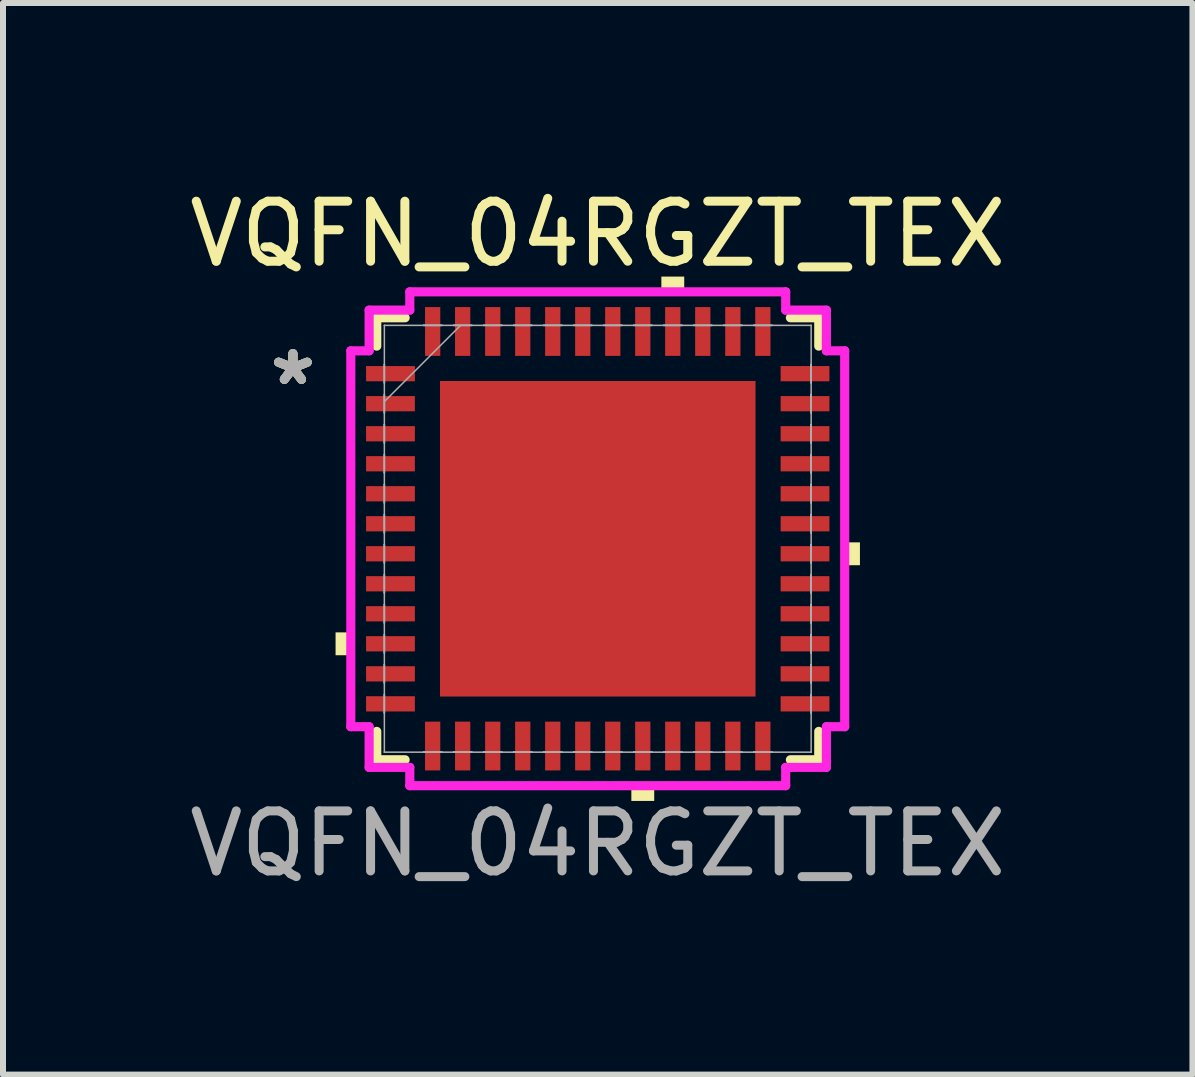
<source format=kicad_pcb>
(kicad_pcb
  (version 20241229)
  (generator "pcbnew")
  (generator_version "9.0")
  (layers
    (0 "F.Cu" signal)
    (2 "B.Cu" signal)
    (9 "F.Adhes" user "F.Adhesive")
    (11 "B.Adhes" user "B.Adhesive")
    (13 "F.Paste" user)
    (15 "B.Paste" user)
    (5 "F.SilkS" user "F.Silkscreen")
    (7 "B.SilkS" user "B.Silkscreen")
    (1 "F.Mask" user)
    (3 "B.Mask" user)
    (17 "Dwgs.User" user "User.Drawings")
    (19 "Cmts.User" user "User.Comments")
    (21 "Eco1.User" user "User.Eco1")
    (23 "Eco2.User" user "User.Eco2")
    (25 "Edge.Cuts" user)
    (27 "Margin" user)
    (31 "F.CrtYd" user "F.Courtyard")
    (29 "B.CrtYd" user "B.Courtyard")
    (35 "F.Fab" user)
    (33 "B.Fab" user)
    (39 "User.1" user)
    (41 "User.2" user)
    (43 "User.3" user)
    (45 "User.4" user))
  (footprint "VQFN_04RGZT_TEX"
    (layer "F.Cu")
    (at 6.911 5.928)
    (property "Reference" "VQFN_04RGZT_TEX" (at 0 -5.08 0) (unlocked yes) (layer "F.SilkS") (effects (font (size 1 1) (thickness 0.15))))
    (attr smd)
    (fp_line (start -3.683 -3.683) (end -3.683 -3.21) (stroke (width 0.152) (type solid)) (layer "F.SilkS"))
    (fp_line (start -3.683 3.21) (end -3.683 3.683) (stroke (width 0.152) (type solid)) (layer "F.SilkS"))
    (fp_line (start -3.683 3.683) (end -3.21 3.683) (stroke (width 0.152) (type solid)) (layer "F.SilkS"))
    (fp_line (start -3.21 -3.683) (end -3.683 -3.683) (stroke (width 0.152) (type solid)) (layer "F.SilkS"))
    (fp_line (start 3.21 3.683) (end 3.683 3.683) (stroke (width 0.152) (type solid)) (layer "F.SilkS"))
    (fp_line (start 3.683 -3.683) (end 3.21 -3.683) (stroke (width 0.152) (type solid)) (layer "F.SilkS"))
    (fp_line (start 3.683 -3.21) (end 3.683 -3.683) (stroke (width 0.152) (type solid)) (layer "F.SilkS"))
    (fp_line (start 3.683 3.683) (end 3.683 3.21) (stroke (width 0.152) (type solid)) (layer "F.SilkS"))
    (fp_poly (pts (xy -4.369 1.56) (xy -4.369 1.941) (xy -4.115 1.941) (xy -4.115 1.56)) (stroke (width 0) (type solid)) (fill yes) (layer "F.SilkS"))
    (fp_poly (pts (xy 0.56 4.115) (xy 0.56 4.369) (xy 0.941 4.369) (xy 0.941 4.115)) (stroke (width 0) (type solid)) (fill yes) (layer "F.SilkS"))
    (fp_poly (pts (xy 1.06 -4.115) (xy 1.06 -4.369) (xy 1.441 -4.369) (xy 1.441 -4.115)) (stroke (width 0) (type solid)) (fill yes) (layer "F.SilkS"))
    (fp_poly (pts (xy 4.369 0.06) (xy 4.369 0.441) (xy 4.115 0.441) (xy 4.115 0.06)) (stroke (width 0) (type solid)) (fill yes) (layer "F.SilkS"))
    (fp_poly (pts (xy -2.529 -2.529) (xy -2.529 -1.414) (xy -1.414 -1.414) (xy -1.414 -2.529)) (stroke (width 0) (type solid)) (fill yes) (layer "F.Paste"))
    (fp_poly (pts (xy -2.529 -1.214) (xy -2.529 -0.1) (xy -1.414 -0.1) (xy -1.414 -1.214)) (stroke (width 0) (type solid)) (fill yes) (layer "F.Paste"))
    (fp_poly (pts (xy -2.529 0.1) (xy -2.529 1.214) (xy -1.414 1.214) (xy -1.414 0.1)) (stroke (width 0) (type solid)) (fill yes) (layer "F.Paste"))
    (fp_poly (pts (xy -2.529 1.414) (xy -2.529 2.529) (xy -1.414 2.529) (xy -1.414 1.414)) (stroke (width 0) (type solid)) (fill yes) (layer "F.Paste"))
    (fp_poly (pts (xy -1.214 -2.529) (xy -1.214 -1.414) (xy -0.1 -1.414) (xy -0.1 -2.529)) (stroke (width 0) (type solid)) (fill yes) (layer "F.Paste"))
    (fp_poly (pts (xy -1.214 -1.214) (xy -1.214 -0.1) (xy -0.1 -0.1) (xy -0.1 -1.214)) (stroke (width 0) (type solid)) (fill yes) (layer "F.Paste"))
    (fp_poly (pts (xy -1.214 0.1) (xy -1.214 1.214) (xy -0.1 1.214) (xy -0.1 0.1)) (stroke (width 0) (type solid)) (fill yes) (layer "F.Paste"))
    (fp_poly (pts (xy -1.214 1.414) (xy -1.214 2.529) (xy -0.1 2.529) (xy -0.1 1.414)) (stroke (width 0) (type solid)) (fill yes) (layer "F.Paste"))
    (fp_poly (pts (xy 0.1 -2.529) (xy 0.1 -1.414) (xy 1.214 -1.414) (xy 1.214 -2.529)) (stroke (width 0) (type solid)) (fill yes) (layer "F.Paste"))
    (fp_poly (pts (xy 0.1 -1.214) (xy 0.1 -0.1) (xy 1.214 -0.1) (xy 1.214 -1.214)) (stroke (width 0) (type solid)) (fill yes) (layer "F.Paste"))
    (fp_poly (pts (xy 0.1 0.1) (xy 0.1 1.214) (xy 1.214 1.214) (xy 1.214 0.1)) (stroke (width 0) (type solid)) (fill yes) (layer "F.Paste"))
    (fp_poly (pts (xy 0.1 1.414) (xy 0.1 2.529) (xy 1.214 2.529) (xy 1.214 1.414)) (stroke (width 0) (type solid)) (fill yes) (layer "F.Paste"))
    (fp_poly (pts (xy 1.414 -2.529) (xy 1.414 -1.414) (xy 2.529 -1.414) (xy 2.529 -2.529)) (stroke (width 0) (type solid)) (fill yes) (layer "F.Paste"))
    (fp_poly (pts (xy 1.414 -1.214) (xy 1.414 -0.1) (xy 2.529 -0.1) (xy 2.529 -1.214)) (stroke (width 0) (type solid)) (fill yes) (layer "F.Paste"))
    (fp_poly (pts (xy 1.414 0.1) (xy 1.414 1.214) (xy 2.529 1.214) (xy 2.529 0.1)) (stroke (width 0) (type solid)) (fill yes) (layer "F.Paste"))
    (fp_poly (pts (xy 1.414 1.414) (xy 1.414 2.529) (xy 2.529 2.529) (xy 2.529 1.414)) (stroke (width 0) (type solid)) (fill yes) (layer "F.Paste"))
    (fp_line (start -4.115 -3.132) (end -3.81 -3.132) (stroke (width 0.152) (type solid)) (layer "F.CrtYd"))
    (fp_line (start -4.115 3.132) (end -4.115 -3.132) (stroke (width 0.152) (type solid)) (layer "F.CrtYd"))
    (fp_line (start -3.81 -3.81) (end -3.132 -3.81) (stroke (width 0.152) (type solid)) (layer "F.CrtYd"))
    (fp_line (start -3.81 -3.132) (end -3.81 -3.81) (stroke (width 0.152) (type solid)) (layer "F.CrtYd"))
    (fp_line (start -3.81 3.132) (end -4.115 3.132) (stroke (width 0.152) (type solid)) (layer "F.CrtYd"))
    (fp_line (start -3.81 3.81) (end -3.81 3.132) (stroke (width 0.152) (type solid)) (layer "F.CrtYd"))
    (fp_line (start -3.132 -4.115) (end 3.132 -4.115) (stroke (width 0.152) (type solid)) (layer "F.CrtYd"))
    (fp_line (start -3.132 -3.81) (end -3.132 -4.115) (stroke (width 0.152) (type solid)) (layer "F.CrtYd"))
    (fp_line (start -3.132 3.81) (end -3.81 3.81) (stroke (width 0.152) (type solid)) (layer "F.CrtYd"))
    (fp_line (start -3.132 4.115) (end -3.132 3.81) (stroke (width 0.152) (type solid)) (layer "F.CrtYd"))
    (fp_line (start 3.132 -4.115) (end 3.132 -3.81) (stroke (width 0.152) (type solid)) (layer "F.CrtYd"))
    (fp_line (start 3.132 -3.81) (end 3.81 -3.81) (stroke (width 0.152) (type solid)) (layer "F.CrtYd"))
    (fp_line (start 3.132 3.81) (end 3.132 4.115) (stroke (width 0.152) (type solid)) (layer "F.CrtYd"))
    (fp_line (start 3.132 4.115) (end -3.132 4.115) (stroke (width 0.152) (type solid)) (layer "F.CrtYd"))
    (fp_line (start 3.81 -3.81) (end 3.81 -3.132) (stroke (width 0.152) (type solid)) (layer "F.CrtYd"))
    (fp_line (start 3.81 -3.132) (end 4.115 -3.132) (stroke (width 0.152) (type solid)) (layer "F.CrtYd"))
    (fp_line (start 3.81 3.132) (end 3.81 3.81) (stroke (width 0.152) (type solid)) (layer "F.CrtYd"))
    (fp_line (start 3.81 3.81) (end 3.132 3.81) (stroke (width 0.152) (type solid)) (layer "F.CrtYd"))
    (fp_line (start 4.115 -3.132) (end 4.115 3.132) (stroke (width 0.152) (type solid)) (layer "F.CrtYd"))
    (fp_line (start 4.115 3.132) (end 3.81 3.132) (stroke (width 0.152) (type solid)) (layer "F.CrtYd"))
    (fp_line (start -3.556 -3.556) (end -3.556 -3.556) (stroke (width 0.025) (type solid)) (layer "F.Fab"))
    (fp_line (start -3.556 -3.556) (end -3.556 3.556) (stroke (width 0.025) (type solid)) (layer "F.Fab"))
    (fp_line (start -3.556 -2.903) (end -3.556 -2.903) (stroke (width 0.025) (type solid)) (layer "F.Fab"))
    (fp_line (start -3.556 -2.903) (end -3.556 -2.598) (stroke (width 0.025) (type solid)) (layer "F.Fab"))
    (fp_line (start -3.556 -2.598) (end -3.556 -2.903) (stroke (width 0.025) (type solid)) (layer "F.Fab"))
    (fp_line (start -3.556 -2.598) (end -3.556 -2.598) (stroke (width 0.025) (type solid)) (layer "F.Fab"))
    (fp_line (start -3.556 -2.403) (end -3.556 -2.403) (stroke (width 0.025) (type solid)) (layer "F.Fab"))
    (fp_line (start -3.556 -2.403) (end -3.556 -2.098) (stroke (width 0.025) (type solid)) (layer "F.Fab"))
    (fp_line (start -3.556 -2.286) (end -2.286 -3.556) (stroke (width 0.025) (type solid)) (layer "F.Fab"))
    (fp_line (start -3.556 -2.098) (end -3.556 -2.403) (stroke (width 0.025) (type solid)) (layer "F.Fab"))
    (fp_line (start -3.556 -2.098) (end -3.556 -2.098) (stroke (width 0.025) (type solid)) (layer "F.Fab"))
    (fp_line (start -3.556 -1.903) (end -3.556 -1.903) (stroke (width 0.025) (type solid)) (layer "F.Fab"))
    (fp_line (start -3.556 -1.903) (end -3.556 -1.598) (stroke (width 0.025) (type solid)) (layer "F.Fab"))
    (fp_line (start -3.556 -1.598) (end -3.556 -1.903) (stroke (width 0.025) (type solid)) (layer "F.Fab"))
    (fp_line (start -3.556 -1.598) (end -3.556 -1.598) (stroke (width 0.025) (type solid)) (layer "F.Fab"))
    (fp_line (start -3.556 -1.403) (end -3.556 -1.403) (stroke (width 0.025) (type solid)) (layer "F.Fab"))
    (fp_line (start -3.556 -1.403) (end -3.556 -1.098) (stroke (width 0.025) (type solid)) (layer "F.Fab"))
    (fp_line (start -3.556 -1.098) (end -3.556 -1.403) (stroke (width 0.025) (type solid)) (layer "F.Fab"))
    (fp_line (start -3.556 -1.098) (end -3.556 -1.098) (stroke (width 0.025) (type solid)) (layer "F.Fab"))
    (fp_line (start -3.556 -0.903) (end -3.556 -0.903) (stroke (width 0.025) (type solid)) (layer "F.Fab"))
    (fp_line (start -3.556 -0.903) (end -3.556 -0.598) (stroke (width 0.025) (type solid)) (layer "F.Fab"))
    (fp_line (start -3.556 -0.598) (end -3.556 -0.903) (stroke (width 0.025) (type solid)) (layer "F.Fab"))
    (fp_line (start -3.556 -0.598) (end -3.556 -0.598) (stroke (width 0.025) (type solid)) (layer "F.Fab"))
    (fp_line (start -3.556 -0.402) (end -3.556 -0.402) (stroke (width 0.025) (type solid)) (layer "F.Fab"))
    (fp_line (start -3.556 -0.402) (end -3.556 -0.098) (stroke (width 0.025) (type solid)) (layer "F.Fab"))
    (fp_line (start -3.556 -0.098) (end -3.556 -0.402) (stroke (width 0.025) (type solid)) (layer "F.Fab"))
    (fp_line (start -3.556 -0.098) (end -3.556 -0.098) (stroke (width 0.025) (type solid)) (layer "F.Fab"))
    (fp_line (start -3.556 0.098) (end -3.556 0.098) (stroke (width 0.025) (type solid)) (layer "F.Fab"))
    (fp_line (start -3.556 0.098) (end -3.556 0.402) (stroke (width 0.025) (type solid)) (layer "F.Fab"))
    (fp_line (start -3.556 0.402) (end -3.556 0.098) (stroke (width 0.025) (type solid)) (layer "F.Fab"))
    (fp_line (start -3.556 0.402) (end -3.556 0.402) (stroke (width 0.025) (type solid)) (layer "F.Fab"))
    (fp_line (start -3.556 0.598) (end -3.556 0.598) (stroke (width 0.025) (type solid)) (layer "F.Fab"))
    (fp_line (start -3.556 0.598) (end -3.556 0.903) (stroke (width 0.025) (type solid)) (layer "F.Fab"))
    (fp_line (start -3.556 0.903) (end -3.556 0.598) (stroke (width 0.025) (type solid)) (layer "F.Fab"))
    (fp_line (start -3.556 0.903) (end -3.556 0.903) (stroke (width 0.025) (type solid)) (layer "F.Fab"))
    (fp_line (start -3.556 1.098) (end -3.556 1.098) (stroke (width 0.025) (type solid)) (layer "F.Fab"))
    (fp_line (start -3.556 1.098) (end -3.556 1.403) (stroke (width 0.025) (type solid)) (layer "F.Fab"))
    (fp_line (start -3.556 1.403) (end -3.556 1.098) (stroke (width 0.025) (type solid)) (layer "F.Fab"))
    (fp_line (start -3.556 1.403) (end -3.556 1.403) (stroke (width 0.025) (type solid)) (layer "F.Fab"))
    (fp_line (start -3.556 1.598) (end -3.556 1.598) (stroke (width 0.025) (type solid)) (layer "F.Fab"))
    (fp_line (start -3.556 1.598) (end -3.556 1.903) (stroke (width 0.025) (type solid)) (layer "F.Fab"))
    (fp_line (start -3.556 1.903) (end -3.556 1.598) (stroke (width 0.025) (type solid)) (layer "F.Fab"))
    (fp_line (start -3.556 1.903) (end -3.556 1.903) (stroke (width 0.025) (type solid)) (layer "F.Fab"))
    (fp_line (start -3.556 2.098) (end -3.556 2.098) (stroke (width 0.025) (type solid)) (layer "F.Fab"))
    (fp_line (start -3.556 2.098) (end -3.556 2.403) (stroke (width 0.025) (type solid)) (layer "F.Fab"))
    (fp_line (start -3.556 2.403) (end -3.556 2.098) (stroke (width 0.025) (type solid)) (layer "F.Fab"))
    (fp_line (start -3.556 2.403) (end -3.556 2.403) (stroke (width 0.025) (type solid)) (layer "F.Fab"))
    (fp_line (start -3.556 2.598) (end -3.556 2.598) (stroke (width 0.025) (type solid)) (layer "F.Fab"))
    (fp_line (start -3.556 2.598) (end -3.556 2.903) (stroke (width 0.025) (type solid)) (layer "F.Fab"))
    (fp_line (start -3.556 2.903) (end -3.556 2.598) (stroke (width 0.025) (type solid)) (layer "F.Fab"))
    (fp_line (start -3.556 2.903) (end -3.556 2.903) (stroke (width 0.025) (type solid)) (layer "F.Fab"))
    (fp_line (start -3.556 3.556) (end -3.556 3.556) (stroke (width 0.025) (type solid)) (layer "F.Fab"))
    (fp_line (start -3.556 3.556) (end 3.556 3.556) (stroke (width 0.025) (type solid)) (layer "F.Fab"))
    (fp_line (start -2.903 -3.556) (end -2.903 -3.556) (stroke (width 0.025) (type solid)) (layer "F.Fab"))
    (fp_line (start -2.903 -3.556) (end -2.598 -3.556) (stroke (width 0.025) (type solid)) (layer "F.Fab"))
    (fp_line (start -2.903 3.556) (end -2.903 3.556) (stroke (width 0.025) (type solid)) (layer "F.Fab"))
    (fp_line (start -2.903 3.556) (end -2.598 3.556) (stroke (width 0.025) (type solid)) (layer "F.Fab"))
    (fp_line (start -2.598 -3.556) (end -2.903 -3.556) (stroke (width 0.025) (type solid)) (layer "F.Fab"))
    (fp_line (start -2.598 -3.556) (end -2.598 -3.556) (stroke (width 0.025) (type solid)) (layer "F.Fab"))
    (fp_line (start -2.598 3.556) (end -2.903 3.556) (stroke (width 0.025) (type solid)) (layer "F.Fab"))
    (fp_line (start -2.598 3.556) (end -2.598 3.556) (stroke (width 0.025) (type solid)) (layer "F.Fab"))
    (fp_line (start -2.403 -3.556) (end -2.403 -3.556) (stroke (width 0.025) (type solid)) (layer "F.Fab"))
    (fp_line (start -2.403 -3.556) (end -2.098 -3.556) (stroke (width 0.025) (type solid)) (layer "F.Fab"))
    (fp_line (start -2.403 3.556) (end -2.403 3.556) (stroke (width 0.025) (type solid)) (layer "F.Fab"))
    (fp_line (start -2.403 3.556) (end -2.098 3.556) (stroke (width 0.025) (type solid)) (layer "F.Fab"))
    (fp_line (start -2.098 -3.556) (end -2.403 -3.556) (stroke (width 0.025) (type solid)) (layer "F.Fab"))
    (fp_line (start -2.098 -3.556) (end -2.098 -3.556) (stroke (width 0.025) (type solid)) (layer "F.Fab"))
    (fp_line (start -2.098 3.556) (end -2.403 3.556) (stroke (width 0.025) (type solid)) (layer "F.Fab"))
    (fp_line (start -2.098 3.556) (end -2.098 3.556) (stroke (width 0.025) (type solid)) (layer "F.Fab"))
    (fp_line (start -1.903 -3.556) (end -1.903 -3.556) (stroke (width 0.025) (type solid)) (layer "F.Fab"))
    (fp_line (start -1.903 -3.556) (end -1.598 -3.556) (stroke (width 0.025) (type solid)) (layer "F.Fab"))
    (fp_line (start -1.903 3.556) (end -1.903 3.556) (stroke (width 0.025) (type solid)) (layer "F.Fab"))
    (fp_line (start -1.903 3.556) (end -1.598 3.556) (stroke (width 0.025) (type solid)) (layer "F.Fab"))
    (fp_line (start -1.598 -3.556) (end -1.903 -3.556) (stroke (width 0.025) (type solid)) (layer "F.Fab"))
    (fp_line (start -1.598 -3.556) (end -1.598 -3.556) (stroke (width 0.025) (type solid)) (layer "F.Fab"))
    (fp_line (start -1.598 3.556) (end -1.903 3.556) (stroke (width 0.025) (type solid)) (layer "F.Fab"))
    (fp_line (start -1.598 3.556) (end -1.598 3.556) (stroke (width 0.025) (type solid)) (layer "F.Fab"))
    (fp_line (start -1.403 -3.556) (end -1.403 -3.556) (stroke (width 0.025) (type solid)) (layer "F.Fab"))
    (fp_line (start -1.403 -3.556) (end -1.098 -3.556) (stroke (width 0.025) (type solid)) (layer "F.Fab"))
    (fp_line (start -1.403 3.556) (end -1.403 3.556) (stroke (width 0.025) (type solid)) (layer "F.Fab"))
    (fp_line (start -1.403 3.556) (end -1.098 3.556) (stroke (width 0.025) (type solid)) (layer "F.Fab"))
    (fp_line (start -1.098 -3.556) (end -1.403 -3.556) (stroke (width 0.025) (type solid)) (layer "F.Fab"))
    (fp_line (start -1.098 -3.556) (end -1.098 -3.556) (stroke (width 0.025) (type solid)) (layer "F.Fab"))
    (fp_line (start -1.098 3.556) (end -1.403 3.556) (stroke (width 0.025) (type solid)) (layer "F.Fab"))
    (fp_line (start -1.098 3.556) (end -1.098 3.556) (stroke (width 0.025) (type solid)) (layer "F.Fab"))
    (fp_line (start -0.903 -3.556) (end -0.903 -3.556) (stroke (width 0.025) (type solid)) (layer "F.Fab"))
    (fp_line (start -0.903 -3.556) (end -0.598 -3.556) (stroke (width 0.025) (type solid)) (layer "F.Fab"))
    (fp_line (start -0.903 3.556) (end -0.903 3.556) (stroke (width 0.025) (type solid)) (layer "F.Fab"))
    (fp_line (start -0.903 3.556) (end -0.598 3.556) (stroke (width 0.025) (type solid)) (layer "F.Fab"))
    (fp_line (start -0.598 -3.556) (end -0.903 -3.556) (stroke (width 0.025) (type solid)) (layer "F.Fab"))
    (fp_line (start -0.598 -3.556) (end -0.598 -3.556) (stroke (width 0.025) (type solid)) (layer "F.Fab"))
    (fp_line (start -0.598 3.556) (end -0.903 3.556) (stroke (width 0.025) (type solid)) (layer "F.Fab"))
    (fp_line (start -0.598 3.556) (end -0.598 3.556) (stroke (width 0.025) (type solid)) (layer "F.Fab"))
    (fp_line (start -0.402 -3.556) (end -0.402 -3.556) (stroke (width 0.025) (type solid)) (layer "F.Fab"))
    (fp_line (start -0.402 -3.556) (end -0.098 -3.556) (stroke (width 0.025) (type solid)) (layer "F.Fab"))
    (fp_line (start -0.402 3.556) (end -0.402 3.556) (stroke (width 0.025) (type solid)) (layer "F.Fab"))
    (fp_line (start -0.402 3.556) (end -0.098 3.556) (stroke (width 0.025) (type solid)) (layer "F.Fab"))
    (fp_line (start -0.098 -3.556) (end -0.402 -3.556) (stroke (width 0.025) (type solid)) (layer "F.Fab"))
    (fp_line (start -0.098 -3.556) (end -0.098 -3.556) (stroke (width 0.025) (type solid)) (layer "F.Fab"))
    (fp_line (start -0.098 3.556) (end -0.402 3.556) (stroke (width 0.025) (type solid)) (layer "F.Fab"))
    (fp_line (start -0.098 3.556) (end -0.098 3.556) (stroke (width 0.025) (type solid)) (layer "F.Fab"))
    (fp_line (start 0.098 -3.556) (end 0.098 -3.556) (stroke (width 0.025) (type solid)) (layer "F.Fab"))
    (fp_line (start 0.098 -3.556) (end 0.402 -3.556) (stroke (width 0.025) (type solid)) (layer "F.Fab"))
    (fp_line (start 0.098 3.556) (end 0.098 3.556) (stroke (width 0.025) (type solid)) (layer "F.Fab"))
    (fp_line (start 0.098 3.556) (end 0.402 3.556) (stroke (width 0.025) (type solid)) (layer "F.Fab"))
    (fp_line (start 0.402 -3.556) (end 0.098 -3.556) (stroke (width 0.025) (type solid)) (layer "F.Fab"))
    (fp_line (start 0.402 -3.556) (end 0.402 -3.556) (stroke (width 0.025) (type solid)) (layer "F.Fab"))
    (fp_line (start 0.402 3.556) (end 0.098 3.556) (stroke (width 0.025) (type solid)) (layer "F.Fab"))
    (fp_line (start 0.402 3.556) (end 0.402 3.556) (stroke (width 0.025) (type solid)) (layer "F.Fab"))
    (fp_line (start 0.598 -3.556) (end 0.598 -3.556) (stroke (width 0.025) (type solid)) (layer "F.Fab"))
    (fp_line (start 0.598 -3.556) (end 0.903 -3.556) (stroke (width 0.025) (type solid)) (layer "F.Fab"))
    (fp_line (start 0.598 3.556) (end 0.598 3.556) (stroke (width 0.025) (type solid)) (layer "F.Fab"))
    (fp_line (start 0.598 3.556) (end 0.903 3.556) (stroke (width 0.025) (type solid)) (layer "F.Fab"))
    (fp_line (start 0.903 -3.556) (end 0.598 -3.556) (stroke (width 0.025) (type solid)) (layer "F.Fab"))
    (fp_line (start 0.903 -3.556) (end 0.903 -3.556) (stroke (width 0.025) (type solid)) (layer "F.Fab"))
    (fp_line (start 0.903 3.556) (end 0.598 3.556) (stroke (width 0.025) (type solid)) (layer "F.Fab"))
    (fp_line (start 0.903 3.556) (end 0.903 3.556) (stroke (width 0.025) (type solid)) (layer "F.Fab"))
    (fp_line (start 1.098 -3.556) (end 1.098 -3.556) (stroke (width 0.025) (type solid)) (layer "F.Fab"))
    (fp_line (start 1.098 -3.556) (end 1.403 -3.556) (stroke (width 0.025) (type solid)) (layer "F.Fab"))
    (fp_line (start 1.098 3.556) (end 1.098 3.556) (stroke (width 0.025) (type solid)) (layer "F.Fab"))
    (fp_line (start 1.098 3.556) (end 1.403 3.556) (stroke (width 0.025) (type solid)) (layer "F.Fab"))
    (fp_line (start 1.403 -3.556) (end 1.098 -3.556) (stroke (width 0.025) (type solid)) (layer "F.Fab"))
    (fp_line (start 1.403 -3.556) (end 1.403 -3.556) (stroke (width 0.025) (type solid)) (layer "F.Fab"))
    (fp_line (start 1.403 3.556) (end 1.098 3.556) (stroke (width 0.025) (type solid)) (layer "F.Fab"))
    (fp_line (start 1.403 3.556) (end 1.403 3.556) (stroke (width 0.025) (type solid)) (layer "F.Fab"))
    (fp_line (start 1.598 -3.556) (end 1.598 -3.556) (stroke (width 0.025) (type solid)) (layer "F.Fab"))
    (fp_line (start 1.598 -3.556) (end 1.903 -3.556) (stroke (width 0.025) (type solid)) (layer "F.Fab"))
    (fp_line (start 1.598 3.556) (end 1.598 3.556) (stroke (width 0.025) (type solid)) (layer "F.Fab"))
    (fp_line (start 1.598 3.556) (end 1.903 3.556) (stroke (width 0.025) (type solid)) (layer "F.Fab"))
    (fp_line (start 1.903 -3.556) (end 1.598 -3.556) (stroke (width 0.025) (type solid)) (layer "F.Fab"))
    (fp_line (start 1.903 -3.556) (end 1.903 -3.556) (stroke (width 0.025) (type solid)) (layer "F.Fab"))
    (fp_line (start 1.903 3.556) (end 1.598 3.556) (stroke (width 0.025) (type solid)) (layer "F.Fab"))
    (fp_line (start 1.903 3.556) (end 1.903 3.556) (stroke (width 0.025) (type solid)) (layer "F.Fab"))
    (fp_line (start 2.098 -3.556) (end 2.098 -3.556) (stroke (width 0.025) (type solid)) (layer "F.Fab"))
    (fp_line (start 2.098 -3.556) (end 2.403 -3.556) (stroke (width 0.025) (type solid)) (layer "F.Fab"))
    (fp_line (start 2.098 3.556) (end 2.098 3.556) (stroke (width 0.025) (type solid)) (layer "F.Fab"))
    (fp_line (start 2.098 3.556) (end 2.403 3.556) (stroke (width 0.025) (type solid)) (layer "F.Fab"))
    (fp_line (start 2.403 -3.556) (end 2.098 -3.556) (stroke (width 0.025) (type solid)) (layer "F.Fab"))
    (fp_line (start 2.403 -3.556) (end 2.403 -3.556) (stroke (width 0.025) (type solid)) (layer "F.Fab"))
    (fp_line (start 2.403 3.556) (end 2.098 3.556) (stroke (width 0.025) (type solid)) (layer "F.Fab"))
    (fp_line (start 2.403 3.556) (end 2.403 3.556) (stroke (width 0.025) (type solid)) (layer "F.Fab"))
    (fp_line (start 2.598 -3.556) (end 2.598 -3.556) (stroke (width 0.025) (type solid)) (layer "F.Fab"))
    (fp_line (start 2.598 -3.556) (end 2.903 -3.556) (stroke (width 0.025) (type solid)) (layer "F.Fab"))
    (fp_line (start 2.598 3.556) (end 2.598 3.556) (stroke (width 0.025) (type solid)) (layer "F.Fab"))
    (fp_line (start 2.598 3.556) (end 2.903 3.556) (stroke (width 0.025) (type solid)) (layer "F.Fab"))
    (fp_line (start 2.903 -3.556) (end 2.598 -3.556) (stroke (width 0.025) (type solid)) (layer "F.Fab"))
    (fp_line (start 2.903 -3.556) (end 2.903 -3.556) (stroke (width 0.025) (type solid)) (layer "F.Fab"))
    (fp_line (start 2.903 3.556) (end 2.598 3.556) (stroke (width 0.025) (type solid)) (layer "F.Fab"))
    (fp_line (start 2.903 3.556) (end 2.903 3.556) (stroke (width 0.025) (type solid)) (layer "F.Fab"))
    (fp_line (start 3.556 -3.556) (end -3.556 -3.556) (stroke (width 0.025) (type solid)) (layer "F.Fab"))
    (fp_line (start 3.556 -3.556) (end 3.556 -3.556) (stroke (width 0.025) (type solid)) (layer "F.Fab"))
    (fp_line (start 3.556 -2.903) (end 3.556 -2.903) (stroke (width 0.025) (type solid)) (layer "F.Fab"))
    (fp_line (start 3.556 -2.903) (end 3.556 -2.598) (stroke (width 0.025) (type solid)) (layer "F.Fab"))
    (fp_line (start 3.556 -2.598) (end 3.556 -2.903) (stroke (width 0.025) (type solid)) (layer "F.Fab"))
    (fp_line (start 3.556 -2.598) (end 3.556 -2.598) (stroke (width 0.025) (type solid)) (layer "F.Fab"))
    (fp_line (start 3.556 -2.403) (end 3.556 -2.403) (stroke (width 0.025) (type solid)) (layer "F.Fab"))
    (fp_line (start 3.556 -2.403) (end 3.556 -2.098) (stroke (width 0.025) (type solid)) (layer "F.Fab"))
    (fp_line (start 3.556 -2.098) (end 3.556 -2.403) (stroke (width 0.025) (type solid)) (layer "F.Fab"))
    (fp_line (start 3.556 -2.098) (end 3.556 -2.098) (stroke (width 0.025) (type solid)) (layer "F.Fab"))
    (fp_line (start 3.556 -1.903) (end 3.556 -1.903) (stroke (width 0.025) (type solid)) (layer "F.Fab"))
    (fp_line (start 3.556 -1.903) (end 3.556 -1.598) (stroke (width 0.025) (type solid)) (layer "F.Fab"))
    (fp_line (start 3.556 -1.598) (end 3.556 -1.903) (stroke (width 0.025) (type solid)) (layer "F.Fab"))
    (fp_line (start 3.556 -1.598) (end 3.556 -1.598) (stroke (width 0.025) (type solid)) (layer "F.Fab"))
    (fp_line (start 3.556 -1.403) (end 3.556 -1.403) (stroke (width 0.025) (type solid)) (layer "F.Fab"))
    (fp_line (start 3.556 -1.403) (end 3.556 -1.098) (stroke (width 0.025) (type solid)) (layer "F.Fab"))
    (fp_line (start 3.556 -1.098) (end 3.556 -1.403) (stroke (width 0.025) (type solid)) (layer "F.Fab"))
    (fp_line (start 3.556 -1.098) (end 3.556 -1.098) (stroke (width 0.025) (type solid)) (layer "F.Fab"))
    (fp_line (start 3.556 -0.903) (end 3.556 -0.903) (stroke (width 0.025) (type solid)) (layer "F.Fab"))
    (fp_line (start 3.556 -0.903) (end 3.556 -0.598) (stroke (width 0.025) (type solid)) (layer "F.Fab"))
    (fp_line (start 3.556 -0.598) (end 3.556 -0.903) (stroke (width 0.025) (type solid)) (layer "F.Fab"))
    (fp_line (start 3.556 -0.598) (end 3.556 -0.598) (stroke (width 0.025) (type solid)) (layer "F.Fab"))
    (fp_line (start 3.556 -0.402) (end 3.556 -0.402) (stroke (width 0.025) (type solid)) (layer "F.Fab"))
    (fp_line (start 3.556 -0.402) (end 3.556 -0.098) (stroke (width 0.025) (type solid)) (layer "F.Fab"))
    (fp_line (start 3.556 -0.098) (end 3.556 -0.402) (stroke (width 0.025) (type solid)) (layer "F.Fab"))
    (fp_line (start 3.556 -0.098) (end 3.556 -0.098) (stroke (width 0.025) (type solid)) (layer "F.Fab"))
    (fp_line (start 3.556 0.098) (end 3.556 0.098) (stroke (width 0.025) (type solid)) (layer "F.Fab"))
    (fp_line (start 3.556 0.098) (end 3.556 0.402) (stroke (width 0.025) (type solid)) (layer "F.Fab"))
    (fp_line (start 3.556 0.402) (end 3.556 0.098) (stroke (width 0.025) (type solid)) (layer "F.Fab"))
    (fp_line (start 3.556 0.402) (end 3.556 0.402) (stroke (width 0.025) (type solid)) (layer "F.Fab"))
    (fp_line (start 3.556 0.598) (end 3.556 0.598) (stroke (width 0.025) (type solid)) (layer "F.Fab"))
    (fp_line (start 3.556 0.598) (end 3.556 0.903) (stroke (width 0.025) (type solid)) (layer "F.Fab"))
    (fp_line (start 3.556 0.903) (end 3.556 0.598) (stroke (width 0.025) (type solid)) (layer "F.Fab"))
    (fp_line (start 3.556 0.903) (end 3.556 0.903) (stroke (width 0.025) (type solid)) (layer "F.Fab"))
    (fp_line (start 3.556 1.098) (end 3.556 1.098) (stroke (width 0.025) (type solid)) (layer "F.Fab"))
    (fp_line (start 3.556 1.098) (end 3.556 1.403) (stroke (width 0.025) (type solid)) (layer "F.Fab"))
    (fp_line (start 3.556 1.403) (end 3.556 1.098) (stroke (width 0.025) (type solid)) (layer "F.Fab"))
    (fp_line (start 3.556 1.403) (end 3.556 1.403) (stroke (width 0.025) (type solid)) (layer "F.Fab"))
    (fp_line (start 3.556 1.598) (end 3.556 1.598) (stroke (width 0.025) (type solid)) (layer "F.Fab"))
    (fp_line (start 3.556 1.598) (end 3.556 1.903) (stroke (width 0.025) (type solid)) (layer "F.Fab"))
    (fp_line (start 3.556 1.903) (end 3.556 1.598) (stroke (width 0.025) (type solid)) (layer "F.Fab"))
    (fp_line (start 3.556 1.903) (end 3.556 1.903) (stroke (width 0.025) (type solid)) (layer "F.Fab"))
    (fp_line (start 3.556 2.098) (end 3.556 2.098) (stroke (width 0.025) (type solid)) (layer "F.Fab"))
    (fp_line (start 3.556 2.098) (end 3.556 2.403) (stroke (width 0.025) (type solid)) (layer "F.Fab"))
    (fp_line (start 3.556 2.403) (end 3.556 2.098) (stroke (width 0.025) (type solid)) (layer "F.Fab"))
    (fp_line (start 3.556 2.403) (end 3.556 2.403) (stroke (width 0.025) (type solid)) (layer "F.Fab"))
    (fp_line (start 3.556 2.598) (end 3.556 2.598) (stroke (width 0.025) (type solid)) (layer "F.Fab"))
    (fp_line (start 3.556 2.598) (end 3.556 2.903) (stroke (width 0.025) (type solid)) (layer "F.Fab"))
    (fp_line (start 3.556 2.903) (end 3.556 2.598) (stroke (width 0.025) (type solid)) (layer "F.Fab"))
    (fp_line (start 3.556 2.903) (end 3.556 2.903) (stroke (width 0.025) (type solid)) (layer "F.Fab"))
    (fp_line (start 3.556 3.556) (end 3.556 -3.556) (stroke (width 0.025) (type solid)) (layer "F.Fab"))
    (fp_line (start 3.556 3.556) (end 3.556 3.556) (stroke (width 0.025) (type solid)) (layer "F.Fab"))
    (fp_text user "*" (at -5.08 -2.54 0) (unlocked yes) (layer "F.SilkS") (effects (font (size 1 1) (thickness 0.15))))
    (fp_text user "*" (at -5.08 -2.54 0) (layer "F.SilkS") (effects (font (size 1 1) (thickness 0.15))))
    (fp_text user "*" (at -5.08 -2.54 0) (unlocked yes) (layer "F.Fab") (effects (font (size 1 1) (thickness 0.15))))
    (fp_text user "${REFERENCE}" (at 0 5.08 0) (unlocked yes) (layer "F.Fab") (effects (font (size 1 1) (thickness 0.15))))
    (fp_text user "*" (at -5.08 -2.54 0) (layer "F.Fab") (effects (font (size 1 1) (thickness 0.15))))
    (pad "1" smd rect (at -3.454 -2.751 90) (size 0.254 0.813) (layers "F.Cu" "F.Mask" "F.Paste"))
    (pad "2" smd rect (at -3.454 -2.251 90) (size 0.254 0.813) (layers "F.Cu" "F.Mask" "F.Paste"))
    (pad "3" smd rect (at -3.454 -1.75 90) (size 0.254 0.813) (layers "F.Cu" "F.Mask" "F.Paste"))
    (pad "4" smd rect (at -3.454 -1.25 90) (size 0.254 0.813) (layers "F.Cu" "F.Mask" "F.Paste"))
    (pad "5" smd rect (at -3.454 -0.75 90) (size 0.254 0.813) (layers "F.Cu" "F.Mask" "F.Paste"))
    (pad "6" smd rect (at -3.454 -0.25 90) (size 0.254 0.813) (layers "F.Cu" "F.Mask" "F.Paste"))
    (pad "7" smd rect (at -3.454 0.25 90) (size 0.254 0.813) (layers "F.Cu" "F.Mask" "F.Paste"))
    (pad "8" smd rect (at -3.454 0.75 90) (size 0.254 0.813) (layers "F.Cu" "F.Mask" "F.Paste"))
    (pad "9" smd rect (at -3.454 1.25 90) (size 0.254 0.813) (layers "F.Cu" "F.Mask" "F.Paste"))
    (pad "10" smd rect (at -3.454 1.75 90) (size 0.254 0.813) (layers "F.Cu" "F.Mask" "F.Paste"))
    (pad "11" smd rect (at -3.454 2.251 90) (size 0.254 0.813) (layers "F.Cu" "F.Mask" "F.Paste"))
    (pad "12" smd rect (at -3.454 2.751 90) (size 0.254 0.813) (layers "F.Cu" "F.Mask" "F.Paste"))
    (pad "13" smd rect (at -2.751 3.454) (size 0.254 0.813) (layers "F.Cu" "F.Mask" "F.Paste"))
    (pad "14" smd rect (at -2.251 3.454) (size 0.254 0.813) (layers "F.Cu" "F.Mask" "F.Paste"))
    (pad "15" smd rect (at -1.75 3.454) (size 0.254 0.813) (layers "F.Cu" "F.Mask" "F.Paste"))
    (pad "16" smd rect (at -1.25 3.454) (size 0.254 0.813) (layers "F.Cu" "F.Mask" "F.Paste"))
    (pad "17" smd rect (at -0.75 3.454) (size 0.254 0.813) (layers "F.Cu" "F.Mask" "F.Paste"))
    (pad "18" smd rect (at -0.25 3.454) (size 0.254 0.813) (layers "F.Cu" "F.Mask" "F.Paste"))
    (pad "19" smd rect (at 0.25 3.454) (size 0.254 0.813) (layers "F.Cu" "F.Mask" "F.Paste"))
    (pad "20" smd rect (at 0.75 3.454) (size 0.254 0.813) (layers "F.Cu" "F.Mask" "F.Paste"))
    (pad "21" smd rect (at 1.25 3.454) (size 0.254 0.813) (layers "F.Cu" "F.Mask" "F.Paste"))
    (pad "22" smd rect (at 1.75 3.454) (size 0.254 0.813) (layers "F.Cu" "F.Mask" "F.Paste"))
    (pad "23" smd rect (at 2.251 3.454) (size 0.254 0.813) (layers "F.Cu" "F.Mask" "F.Paste"))
    (pad "24" smd rect (at 2.751 3.454) (size 0.254 0.813) (layers "F.Cu" "F.Mask" "F.Paste"))
    (pad "25" smd rect (at 3.454 2.751 90) (size 0.254 0.813) (layers "F.Cu" "F.Mask" "F.Paste"))
    (pad "26" smd rect (at 3.454 2.251 90) (size 0.254 0.813) (layers "F.Cu" "F.Mask" "F.Paste"))
    (pad "27" smd rect (at 3.454 1.75 90) (size 0.254 0.813) (layers "F.Cu" "F.Mask" "F.Paste"))
    (pad "28" smd rect (at 3.454 1.25 90) (size 0.254 0.813) (layers "F.Cu" "F.Mask" "F.Paste"))
    (pad "29" smd rect (at 3.454 0.75 90) (size 0.254 0.813) (layers "F.Cu" "F.Mask" "F.Paste"))
    (pad "30" smd rect (at 3.454 0.25 90) (size 0.254 0.813) (layers "F.Cu" "F.Mask" "F.Paste"))
    (pad "31" smd rect (at 3.454 -0.25 90) (size 0.254 0.813) (layers "F.Cu" "F.Mask" "F.Paste"))
    (pad "32" smd rect (at 3.454 -0.75 90) (size 0.254 0.813) (layers "F.Cu" "F.Mask" "F.Paste"))
    (pad "33" smd rect (at 3.454 -1.25 90) (size 0.254 0.813) (layers "F.Cu" "F.Mask" "F.Paste"))
    (pad "34" smd rect (at 3.454 -1.75 90) (size 0.254 0.813) (layers "F.Cu" "F.Mask" "F.Paste"))
    (pad "35" smd rect (at 3.454 -2.251 90) (size 0.254 0.813) (layers "F.Cu" "F.Mask" "F.Paste"))
    (pad "36" smd rect (at 3.454 -2.751 90) (size 0.254 0.813) (layers "F.Cu" "F.Mask" "F.Paste"))
    (pad "37" smd rect (at 2.751 -3.454) (size 0.254 0.813) (layers "F.Cu" "F.Mask" "F.Paste"))
    (pad "38" smd rect (at 2.251 -3.454) (size 0.254 0.813) (layers "F.Cu" "F.Mask" "F.Paste"))
    (pad "39" smd rect (at 1.75 -3.454) (size 0.254 0.813) (layers "F.Cu" "F.Mask" "F.Paste"))
    (pad "40" smd rect (at 1.25 -3.454) (size 0.254 0.813) (layers "F.Cu" "F.Mask" "F.Paste"))
    (pad "41" smd rect (at 0.75 -3.454) (size 0.254 0.813) (layers "F.Cu" "F.Mask" "F.Paste"))
    (pad "42" smd rect (at 0.25 -3.454) (size 0.254 0.813) (layers "F.Cu" "F.Mask" "F.Paste"))
    (pad "43" smd rect (at -0.25 -3.454) (size 0.254 0.813) (layers "F.Cu" "F.Mask" "F.Paste"))
    (pad "44" smd rect (at -0.75 -3.454) (size 0.254 0.813) (layers "F.Cu" "F.Mask" "F.Paste"))
    (pad "45" smd rect (at -1.25 -3.454) (size 0.254 0.813) (layers "F.Cu" "F.Mask" "F.Paste"))
    (pad "46" smd rect (at -1.75 -3.454) (size 0.254 0.813) (layers "F.Cu" "F.Mask" "F.Paste"))
    (pad "47" smd rect (at -2.251 -3.454) (size 0.254 0.813) (layers "F.Cu" "F.Mask" "F.Paste"))
    (pad "48" smd rect (at -2.751 -3.454) (size 0.254 0.813) (layers "F.Cu" "F.Mask" "F.Paste"))
    (pad "49" smd rect (at 0 0) (size 5.258 5.258) (layers "F.Cu" "F.Mask")))
  (gr_rect
    (start -3 -3)
    (end 16.821 14.857)
    (stroke (width 0.1) (type default))
    (fill no)
    (layer "Edge.Cuts")))
</source>
